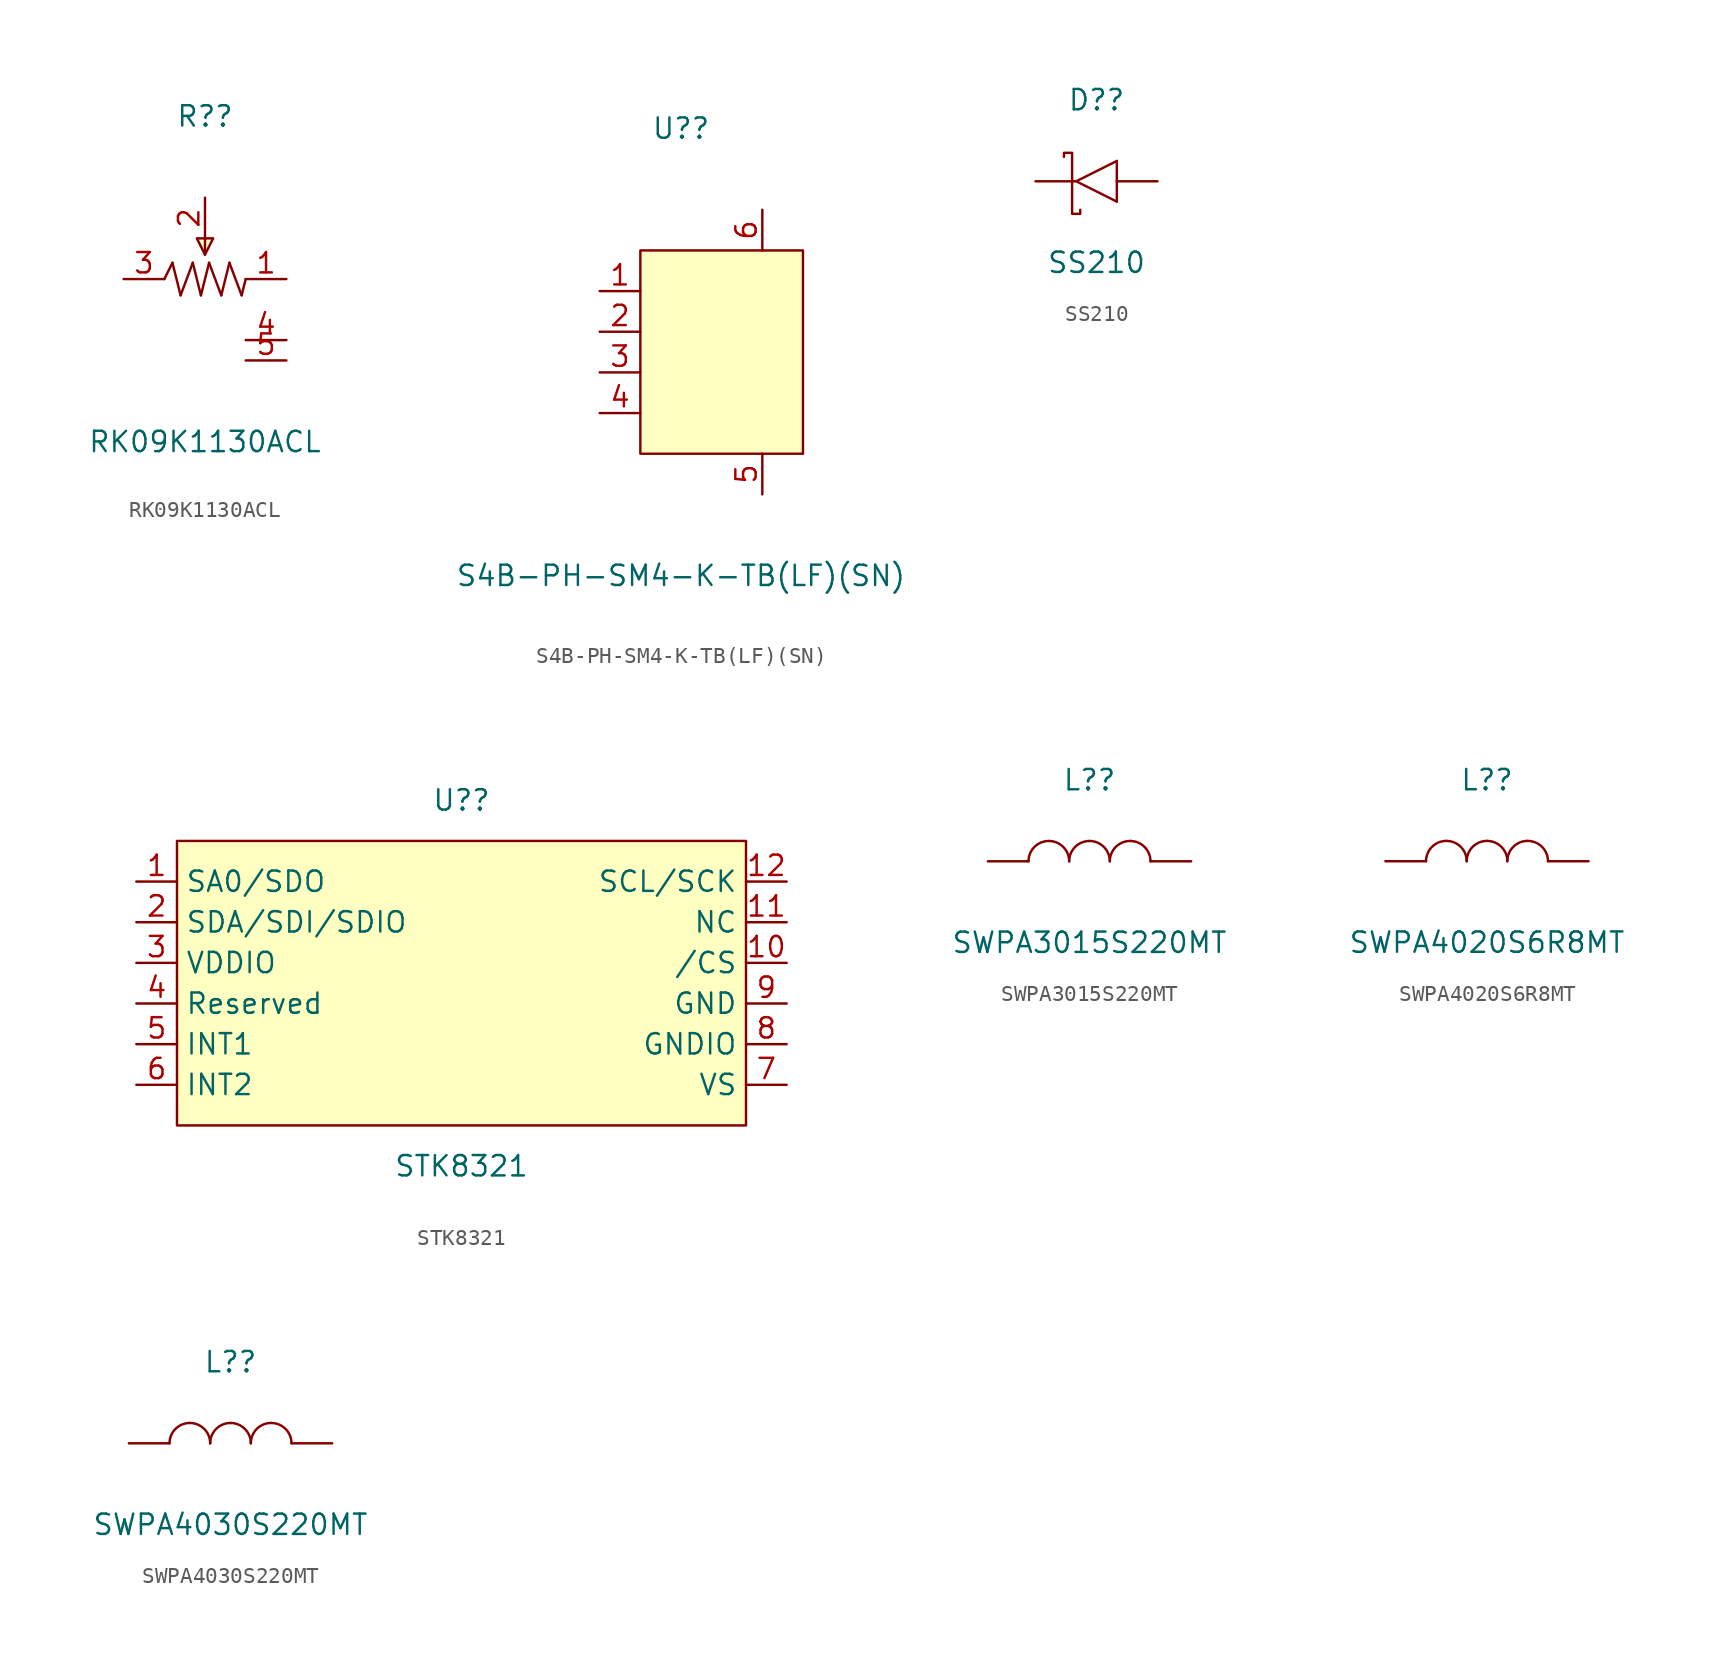
<source format=kicad_sym>
(kicad_symbol_lib
  (version 20211014)
  (generator kicad_symbol_editor)
  (symbol "RK09K1130ACL"
    (pin_names hide)
    (property "Reference" "R?"
      (at 0 10.16 0)
      (effects (font (size 1.27 1.27))))
    (property "Value" "RK09K1130ACL"
      (at 0 -10.16 0)
      (effects (font (size 1.27 1.27))))
    (symbol "RK09K1130ACL_0_1"
      (polyline (pts (xy -2.54 0) (xy -2.032 1.016)) (stroke (width 0) (type default) (color 0 0 0 0)) (fill (type none)))
      (polyline (pts (xy -2.032 1.016) (xy -1.524 -1.016)) (stroke (width 0) (type default) (color 0 0 0 0)) (fill (type none)))
      (polyline (pts (xy -1.524 -1.016) (xy -0.762 1.016)) (stroke (width 0) (type default) (color 0 0 0 0)) (fill (type none)))
      (polyline (pts (xy -0.762 1.016) (xy -0.254 -1.016)) (stroke (width 0) (type default) (color 0 0 0 0)) (fill (type none)))
      (polyline (pts (xy -0.254 -1.016) (xy 0.254 1.016)) (stroke (width 0) (type default) (color 0 0 0 0)) (fill (type none)))
      (polyline (pts (xy 0 2.54) (xy 0 1.524)) (stroke (width 0) (type default) (color 0 0 0 0)) (fill (type none)))
      (polyline (pts (xy 0.254 1.016) (xy 1.016 -1.016)) (stroke (width 0) (type default) (color 0 0 0 0)) (fill (type none)))
      (polyline (pts (xy 1.016 -1.016) (xy 1.524 1.016)) (stroke (width 0) (type default) (color 0 0 0 0)) (fill (type none)))
      (polyline (pts (xy 1.524 1.016) (xy 2.286 -1.016)) (stroke (width 0) (type default) (color 0 0 0 0)) (fill (type none)))
      (polyline (pts (xy 2.286 -1.016) (xy 2.54 0)) (stroke (width 0) (type default) (color 0 0 0 0)) (fill (type none)))
      (polyline (pts (xy -0.508 2.54) (xy 0 1.524) (xy 0.508 2.54) (xy -0.508 2.54)) (stroke (width 0) (type default) (color 0 0 0 0)) (fill (type background)))
      (pin passive line (at 5.08 0 180) (length 2.54) (name "1" (effects (font (size 1.27 1.27)))) (number "1" (effects (font (size 1.27 1.27)))))
      (pin passive line (at 0 5.08 270) (length 2.54) (name "2" (effects (font (size 1.27 1.27)))) (number "2" (effects (font (size 1.27 1.27)))))
      (pin passive line (at -5.08 0 0) (length 2.54) (name "3" (effects (font (size 1.27 1.27)))) (number "3" (effects (font (size 1.27 1.27)))))
      (pin passive line (at 5.08 -3.81 180) (length 2.54) (name "4" (effects (font (size 1.27 1.27)))) (number "4" (effects (font (size 1.27 1.27)))))
      (pin passive line (at 5.08 -5.08 180) (length 2.54) (name "5" (effects (font (size 1.27 1.27)))) (number "5" (effects (font (size 1.27 1.27)))))))
  (symbol "S4B-PH-SM4-K-TB(LF)(SN)"
    (pin_names hide)
    (property "Reference" "U?"
      (at 0 12.7 0)
      (effects (font (size 1.27 1.27))))
    (property "Value" "S4B-PH-SM4-K-TB(LF)(SN)"
      (at 0 -15.24 0)
      (effects (font (size 1.27 1.27))))
    (symbol "S4B-PH-SM4-K-TB(LF)(SN)_0_1"
      (rectangle (start -2.54 5.08) (end 7.62 -7.62) (stroke (width 0) (type default) (color 0 0 0 0)) (fill (type background)))
      (pin passive line (at -5.08 2.54 0) (length 2.54) (name "1" (effects (font (size 1.27 1.27)))) (number "1" (effects (font (size 1.27 1.27)))))
      (pin passive line (at -5.08 0 0) (length 2.54) (name "2" (effects (font (size 1.27 1.27)))) (number "2" (effects (font (size 1.27 1.27)))))
      (pin passive line (at -5.08 -2.54 0) (length 2.54) (name "3" (effects (font (size 1.27 1.27)))) (number "3" (effects (font (size 1.27 1.27)))))
      (pin passive line (at -5.08 -5.08 0) (length 2.54) (name "4" (effects (font (size 1.27 1.27)))) (number "4" (effects (font (size 1.27 1.27)))))
      (pin passive line (at 5.08 -10.16 90) (length 2.54) (name "5" (effects (font (size 1.27 1.27)))) (number "5" (effects (font (size 1.27 1.27)))))
      (pin passive line (at 5.08 7.62 270) (length 2.54) (name "6" (effects (font (size 1.27 1.27)))) (number "6" (effects (font (size 1.27 1.27)))))))
  (symbol "SS210"
    (pin_numbers hide)
    (pin_names hide)
    (property "Reference" "D?"
      (at 0 5.08 0)
      (effects (font (size 1.27 1.27))))
    (property "Value" "SS210"
      (at 0 -5.08 0)
      (effects (font (size 1.27 1.27))))
    (symbol "SS210_0_1"
      (polyline (pts (xy 1.27 1.27) (xy 1.27 -1.27)) (stroke (width 0) (type default) (color 0 0 0 0)) (fill (type none)))
      (polyline (pts (xy 1.27 1.27) (xy -1.27 0) (xy 1.27 -1.27)) (stroke (width 0) (type default) (color 0 0 0 0)) (fill (type none)))
      (polyline (pts (xy -2.032 1.524) (xy -2.032 1.778) (xy -1.524 1.778) (xy -1.524 -2.032) (xy -1.016 -2.032) (xy -1.016 -1.778)) (stroke (width 0) (type default) (color 0 0 0 0)) (fill (type none)))
      (pin passive line (at -3.81 0 0) (length 2.54) (name "K" (effects (font (size 1.27 1.27)))) (number "1" (effects (font (size 1.27 1.27)))))
      (pin passive line (at 3.81 0 180) (length 2.54) (name "A" (effects (font (size 1.27 1.27)))) (number "2" (effects (font (size 1.27 1.27)))))))
  (symbol "STK8321"
    (property "Reference" "U?"
      (at 0 11.43 0)
      (effects (font (size 1.27 1.27))))
    (property "Value" "STK8321"
      (at 0 -11.43 0)
      (effects (font (size 1.27 1.27))))
    (symbol "STK8321_0_1"
      (rectangle (start -17.78 8.89) (end 17.78 -8.89) (stroke (width 0) (type default) (color 0 0 0 0)) (fill (type background)))
      (pin passive line (at -20.32 6.35 0) (length 2.54) (name "SA0/SDO" (effects (font (size 1.27 1.27)))) (number "1" (effects (font (size 1.27 1.27)))))
      (pin passive line (at 20.32 1.27 180) (length 2.54) (name "/CS" (effects (font (size 1.27 1.27)))) (number "10" (effects (font (size 1.27 1.27)))))
      (pin passive line (at 20.32 3.81 180) (length 2.54) (name "NC" (effects (font (size 1.27 1.27)))) (number "11" (effects (font (size 1.27 1.27)))))
      (pin passive line (at 20.32 6.35 180) (length 2.54) (name "SCL/SCK" (effects (font (size 1.27 1.27)))) (number "12" (effects (font (size 1.27 1.27)))))
      (pin passive line (at -20.32 3.81 0) (length 2.54) (name "SDA/SDI/SDIO" (effects (font (size 1.27 1.27)))) (number "2" (effects (font (size 1.27 1.27)))))
      (pin passive line (at -20.32 1.27 0) (length 2.54) (name "VDDIO" (effects (font (size 1.27 1.27)))) (number "3" (effects (font (size 1.27 1.27)))))
      (pin passive line (at -20.32 -1.27 0) (length 2.54) (name "Reserved" (effects (font (size 1.27 1.27)))) (number "4" (effects (font (size 1.27 1.27)))))
      (pin passive line (at -20.32 -3.81 0) (length 2.54) (name "INT1" (effects (font (size 1.27 1.27)))) (number "5" (effects (font (size 1.27 1.27)))))
      (pin passive line (at -20.32 -6.35 0) (length 2.54) (name "INT2" (effects (font (size 1.27 1.27)))) (number "6" (effects (font (size 1.27 1.27)))))
      (pin passive line (at 20.32 -6.35 180) (length 2.54) (name "VS" (effects (font (size 1.27 1.27)))) (number "7" (effects (font (size 1.27 1.27)))))
      (pin passive line (at 20.32 -3.81 180) (length 2.54) (name "GNDIO" (effects (font (size 1.27 1.27)))) (number "8" (effects (font (size 1.27 1.27)))))
      (pin passive line (at 20.32 -1.27 180) (length 2.54) (name "GND" (effects (font (size 1.27 1.27)))) (number "9" (effects (font (size 1.27 1.27)))))))
  (symbol "SWPA3015S220MT"
    (pin_numbers hide)
    (pin_names hide)
    (property "Reference" "L?"
      (at 0 5.08 0)
      (effects (font (size 1.27 1.27))))
    (property "Value" "SWPA3015S220MT"
      (at 0 -5.08 0)
      (effects (font (size 1.27 1.27))))
    (symbol "SWPA3015S220MT_0_1"
      (arc (start -2.54 1.2702) (mid -3.438 0.8981) (end -3.8099 0.0001) (stroke (width 0) (type default) (color 0 0 0 0)) (fill (type none)))
      (arc (start -1.2699 0.0001) (mid -1.6419 0.8981) (end -2.5399 1.2701) (stroke (width 0) (type default) (color 0 0 0 0)) (fill (type none)))
      (arc (start 0 1.2702) (mid -0.898 0.8981) (end -1.2699 0.0001) (stroke (width 0) (type default) (color 0 0 0 0)) (fill (type none)))
      (arc (start 1.2701 0.0001) (mid 0.8981 0.8981) (end 0.0001 1.2701) (stroke (width 0) (type default) (color 0 0 0 0)) (fill (type none)))
      (arc (start 2.54 1.2702) (mid 1.642 0.8981) (end 1.2701 0.0001) (stroke (width 0) (type default) (color 0 0 0 0)) (fill (type none)))
      (arc (start 3.8101 0.0001) (mid 3.4381 0.8981) (end 2.5401 1.2701) (stroke (width 0) (type default) (color 0 0 0 0)) (fill (type none)))
      (pin passive line (at -6.35 0 0) (length 2.54) (name "1" (effects (font (size 1.27 1.27)))) (number "1" (effects (font (size 1.27 1.27)))))
      (pin passive line (at 6.35 0 180) (length 2.54) (name "2" (effects (font (size 1.27 1.27)))) (number "2" (effects (font (size 1.27 1.27)))))))
  (symbol "SWPA4020S6R8MT"
    (pin_numbers hide)
    (property "Reference" "L?"
      (at 0 5.08 0)
      (effects (font (size 1.27 1.27))))
    (property "Value" "SWPA4020S6R8MT"
      (at 0 -5.08 0)
      (effects (font (size 1.27 1.27))))
    (symbol "SWPA4020S6R8MT_0_1"
      (arc (start -2.54 1.2702) (mid -3.438 0.8981) (end -3.8099 0.0001) (stroke (width 0) (type default) (color 0 0 0 0)) (fill (type none)))
      (arc (start -1.2699 0.0001) (mid -1.6419 0.8981) (end -2.5399 1.2701) (stroke (width 0) (type default) (color 0 0 0 0)) (fill (type none)))
      (arc (start 0 1.2702) (mid -0.898 0.8981) (end -1.2699 0.0001) (stroke (width 0) (type default) (color 0 0 0 0)) (fill (type none)))
      (arc (start 1.2701 0.0001) (mid 0.8981 0.8981) (end 0.0001 1.2701) (stroke (width 0) (type default) (color 0 0 0 0)) (fill (type none)))
      (arc (start 2.54 1.2702) (mid 1.642 0.8981) (end 1.2701 0.0001) (stroke (width 0) (type default) (color 0 0 0 0)) (fill (type none)))
      (arc (start 3.8101 0.0001) (mid 3.4381 0.8981) (end 2.5401 1.2701) (stroke (width 0) (type default) (color 0 0 0 0)) (fill (type none)))
      (pin passive line (at -6.35 0 0) (length 2.54) (name "" (effects (font (size 1.27 1.27)))) (number "1" (effects (font (size 1.27 1.27)))))
      (pin passive line (at 6.35 0 180) (length 2.54) (name "" (effects (font (size 1.27 1.27)))) (number "2" (effects (font (size 1.27 1.27)))))))
  (symbol "SWPA4030S220MT"
    (pin_numbers hide)
    (property "Reference" "L?"
      (at 0 5.08 0)
      (effects (font (size 1.27 1.27))))
    (property "Value" "SWPA4030S220MT"
      (at 0 -5.08 0)
      (effects (font (size 1.27 1.27))))
    (symbol "SWPA4030S220MT_0_1"
      (arc (start -2.54 1.2702) (mid -3.438 0.8981) (end -3.8099 0.0001) (stroke (width 0) (type default) (color 0 0 0 0)) (fill (type none)))
      (arc (start -1.2699 0.0001) (mid -1.6419 0.8981) (end -2.5399 1.2701) (stroke (width 0) (type default) (color 0 0 0 0)) (fill (type none)))
      (arc (start 0 1.2702) (mid -0.898 0.8981) (end -1.2699 0.0001) (stroke (width 0) (type default) (color 0 0 0 0)) (fill (type none)))
      (arc (start 1.2701 0.0001) (mid 0.8981 0.8981) (end 0.0001 1.2701) (stroke (width 0) (type default) (color 0 0 0 0)) (fill (type none)))
      (arc (start 2.54 1.2702) (mid 1.642 0.8981) (end 1.2701 0.0001) (stroke (width 0) (type default) (color 0 0 0 0)) (fill (type none)))
      (arc (start 3.8101 0.0001) (mid 3.4381 0.8981) (end 2.5401 1.2701) (stroke (width 0) (type default) (color 0 0 0 0)) (fill (type none)))
      (pin passive line (at -6.35 0 0) (length 2.54) (name "" (effects (font (size 1.27 1.27)))) (number "1" (effects (font (size 1.27 1.27)))))
      (pin passive line (at 6.35 0 180) (length 2.54) (name "" (effects (font (size 1.27 1.27)))) (number "2" (effects (font (size 1.27 1.27))))))))
</source>
